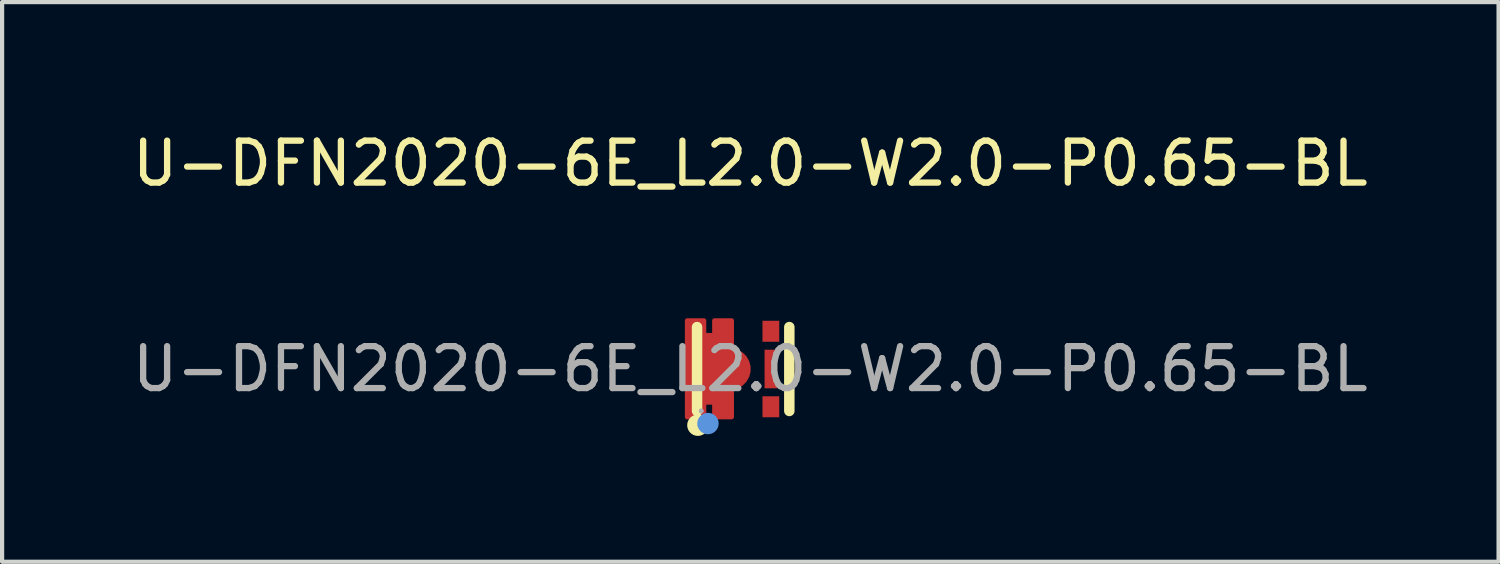
<source format=kicad_pcb>
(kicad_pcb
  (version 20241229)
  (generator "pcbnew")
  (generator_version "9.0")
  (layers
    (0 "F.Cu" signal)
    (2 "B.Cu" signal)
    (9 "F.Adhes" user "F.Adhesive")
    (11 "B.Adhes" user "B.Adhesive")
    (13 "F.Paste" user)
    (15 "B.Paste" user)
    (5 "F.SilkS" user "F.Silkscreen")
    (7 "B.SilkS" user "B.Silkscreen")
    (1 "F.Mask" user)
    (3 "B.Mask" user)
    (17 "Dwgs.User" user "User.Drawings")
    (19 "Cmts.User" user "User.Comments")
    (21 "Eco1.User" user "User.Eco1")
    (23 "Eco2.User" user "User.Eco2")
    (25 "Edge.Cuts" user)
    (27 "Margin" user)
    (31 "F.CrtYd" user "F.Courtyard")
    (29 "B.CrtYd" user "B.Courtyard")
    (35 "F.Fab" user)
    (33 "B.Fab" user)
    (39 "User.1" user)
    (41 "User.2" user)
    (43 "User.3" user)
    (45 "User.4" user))
  (footprint "U-DFN2020-6E_L2.0-W2.0-P0.65-BL"
    (layer "F.Cu")
    (at 14.839 5.748)
    (property "Reference" "U-DFN2020-6E_L2.0-W2.0-P0.65-BL" (at 0 -4.9 0) (layer "F.SilkS") (effects (font (size 1 1) (thickness 0.15))))
    (attr through_hole)
    (fp_line (start -1.27 -1) (end -1.27 1) (stroke (width 0.25) (type solid)) (layer "F.SilkS"))
    (fp_line (start 0.93 -1) (end 0.93 1) (stroke (width 0.25) (type solid)) (layer "F.SilkS"))
    (fp_circle (center -1.25 1.34) (end -1.12 1.34) (stroke (width 0.25) (type solid)) (fill no) (layer "F.SilkS"))
    (fp_circle (center -1.01 1.3) (end -0.88 1.3) (stroke (width 0.25) (type solid)) (fill no) (layer "Cmts.User"))
    (fp_circle (center -1.17 1) (end -1.14 1) (stroke (width 0.06) (type solid)) (fill no) (layer "F.Fab"))
    (fp_text user "${REFERENCE}" (at 0 0 0) (layer "F.Fab") (effects (font (size 1 1) (thickness 0.15))))
    (pad "1" smd custom (at -0.49 0) (size 1 1) (layers "F.Cu" "F.Mask" "F.Paste") (options (anchor circle)) (primitives (gr_poly (pts (xy -1.02 1.15) (xy -1.02 -1.16) (xy -0.61 -1.16) (xy -0.61 -0.81) (xy -0.37 -0.81) (xy -0.37 -1.16) (xy 0.05 -1.16) (xy 0.05 -0.81) (xy 0.05 0.8) (xy 0.05 1.15) (xy -0.37 1.15) (xy -0.37 0.8) (xy -0.61 0.8) (xy -0.61 1.15) (xy -1.02 1.15)) (width 0.1) (fill yes))))
    (pad "2" smd rect (at 0.49 0.9 180) (size 0.4 0.5) (layers "F.Cu" "F.Mask" "F.Paste"))
    (pad "3" smd rect (at 0.49 -0.9 180) (size 0.4 0.5) (layers "F.Cu" "F.Mask" "F.Paste"))
    (pad "4" smd rect (at 0.49 0 180) (size 0.3 0.92) (layers "F.Cu" "F.Mask" "F.Paste")))
  (gr_rect
    (start -3 -3)
    (end 32.679 10.343)
    (stroke (width 0.1) (type default))
    (fill no)
    (layer "Edge.Cuts")))
</source>
